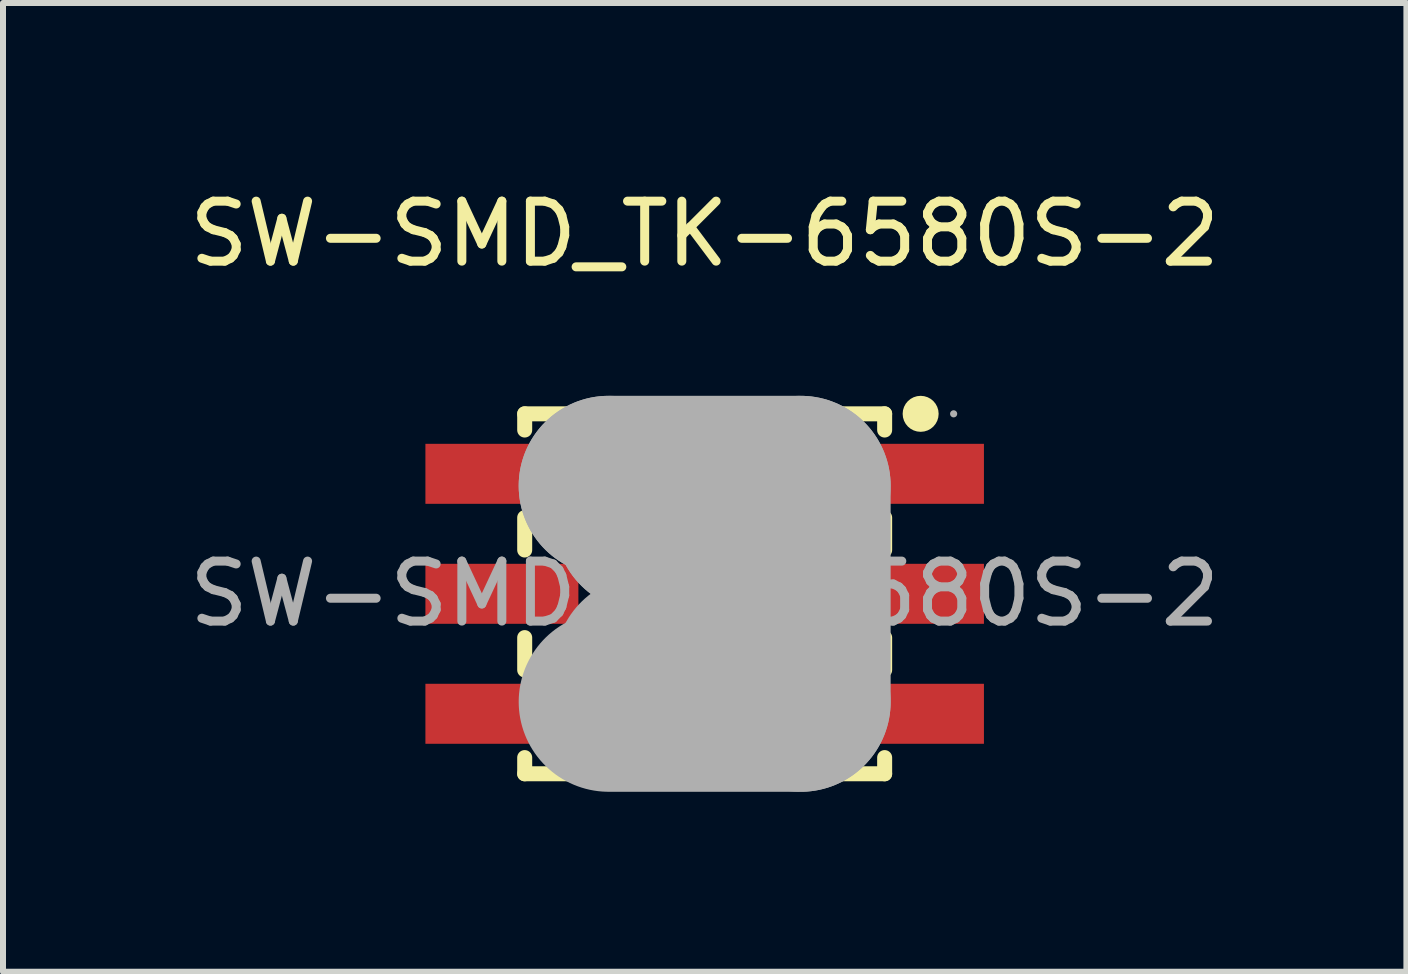
<source format=kicad_pcb>
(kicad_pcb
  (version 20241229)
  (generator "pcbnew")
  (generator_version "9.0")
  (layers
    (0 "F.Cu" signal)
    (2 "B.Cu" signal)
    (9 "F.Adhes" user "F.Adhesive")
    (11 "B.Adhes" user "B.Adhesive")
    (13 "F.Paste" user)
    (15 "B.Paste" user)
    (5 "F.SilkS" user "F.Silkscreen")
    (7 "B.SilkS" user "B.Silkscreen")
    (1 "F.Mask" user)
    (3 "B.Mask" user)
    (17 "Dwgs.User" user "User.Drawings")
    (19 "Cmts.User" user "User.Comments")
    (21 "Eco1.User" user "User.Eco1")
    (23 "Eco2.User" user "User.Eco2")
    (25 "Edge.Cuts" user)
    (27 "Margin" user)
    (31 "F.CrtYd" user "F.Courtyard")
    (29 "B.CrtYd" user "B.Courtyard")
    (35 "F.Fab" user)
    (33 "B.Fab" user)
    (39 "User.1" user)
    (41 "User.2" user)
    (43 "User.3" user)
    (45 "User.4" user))
  (footprint "SW-SMD_TK-6580S-2"
    (layer "F.Cu")
    (at 8.696 6.848)
    (property "Reference" "SW-SMD_TK-6580S-2" (at 0 -6 0) (layer "F.SilkS") (effects (font (size 1 1) (thickness 0.15))))
    (attr smd)
    (fp_line (start -3 -3) (end 3 -3) (stroke (width 0.25) (type solid)) (layer "F.SilkS"))
    (fp_line (start -3 -2.73) (end -3 -3) (stroke (width 0.25) (type solid)) (layer "F.SilkS"))
    (fp_line (start -3 -0.73) (end -3 -1.27) (stroke (width 0.25) (type solid)) (layer "F.SilkS"))
    (fp_line (start -3 1.27) (end -3 0.73) (stroke (width 0.25) (type solid)) (layer "F.SilkS"))
    (fp_line (start -3 3) (end -3 2.73) (stroke (width 0.25) (type solid)) (layer "F.SilkS"))
    (fp_line (start 3 -3) (end 3 -2.73) (stroke (width 0.25) (type solid)) (layer "F.SilkS"))
    (fp_line (start 3 -1.27) (end 3 -0.73) (stroke (width 0.25) (type solid)) (layer "F.SilkS"))
    (fp_line (start 3 0.73) (end 3 1.27) (stroke (width 0.25) (type solid)) (layer "F.SilkS"))
    (fp_line (start 3 2.73) (end 3 3) (stroke (width 0.25) (type solid)) (layer "F.SilkS"))
    (fp_line (start 3 3) (end -3 3) (stroke (width 0.25) (type solid)) (layer "F.SilkS"))
    (fp_circle (center 3.6 -3) (end 3.75 -3) (stroke (width 0.3) (type solid)) (fill no) (layer "F.SilkS"))
    (fp_line (start -1.6 -1.8) (end -1.6 -1.8) (stroke (width 3) (type solid)) (layer "F.Fab"))
    (fp_line (start -1.6 -1.8) (end 1.6 -1.8) (stroke (width 3) (type solid)) (layer "F.Fab"))
    (fp_line (start -1 -1.2) (end -1 -1.2) (stroke (width 3) (type solid)) (layer "F.Fab"))
    (fp_line (start -1 -1.2) (end 1 -1.2) (stroke (width 3) (type solid)) (layer "F.Fab"))
    (fp_line (start 1 -1.2) (end 1 1.2) (stroke (width 3) (type solid)) (layer "F.Fab"))
    (fp_line (start 1 1.2) (end -1 1.2) (stroke (width 3) (type solid)) (layer "F.Fab"))
    (fp_line (start 1.6 -1.8) (end 1.6 1.8) (stroke (width 3) (type solid)) (layer "F.Fab"))
    (fp_line (start 1.6 1.8) (end -1.6 1.8) (stroke (width 3) (type solid)) (layer "F.Fab"))
    (fp_circle (center 4.15 -3) (end 4.18 -3) (stroke (width 0.06) (type solid)) (fill no) (layer "F.Fab"))
    (fp_text user "${REFERENCE}" (at 0 0 0) (layer "F.Fab") (effects (font (size 1 1) (thickness 0.15))))
    (pad "1" smd rect (at 3.38 -2 90) (size 1 2.55) (layers "F.Cu" "F.Mask" "F.Paste"))
    (pad "2" smd rect (at 3.38 0 90) (size 1 2.55) (layers "F.Cu" "F.Mask" "F.Paste"))
    (pad "3" smd rect (at 3.38 2 90) (size 1 2.55) (layers "F.Cu" "F.Mask" "F.Paste"))
    (pad "4" smd rect (at -3.38 -2 90) (size 1 2.55) (layers "F.Cu" "F.Mask" "F.Paste"))
    (pad "5" smd rect (at -3.38 0 90) (size 1 2.55) (layers "F.Cu" "F.Mask" "F.Paste"))
    (pad "6" smd rect (at -3.38 2 90) (size 1 2.55) (layers "F.Cu" "F.Mask" "F.Paste")))
  (gr_rect
    (start -3 -3)
    (end 20.393 13.148)
    (stroke (width 0.1) (type default))
    (fill no)
    (layer "Edge.Cuts")))
</source>
